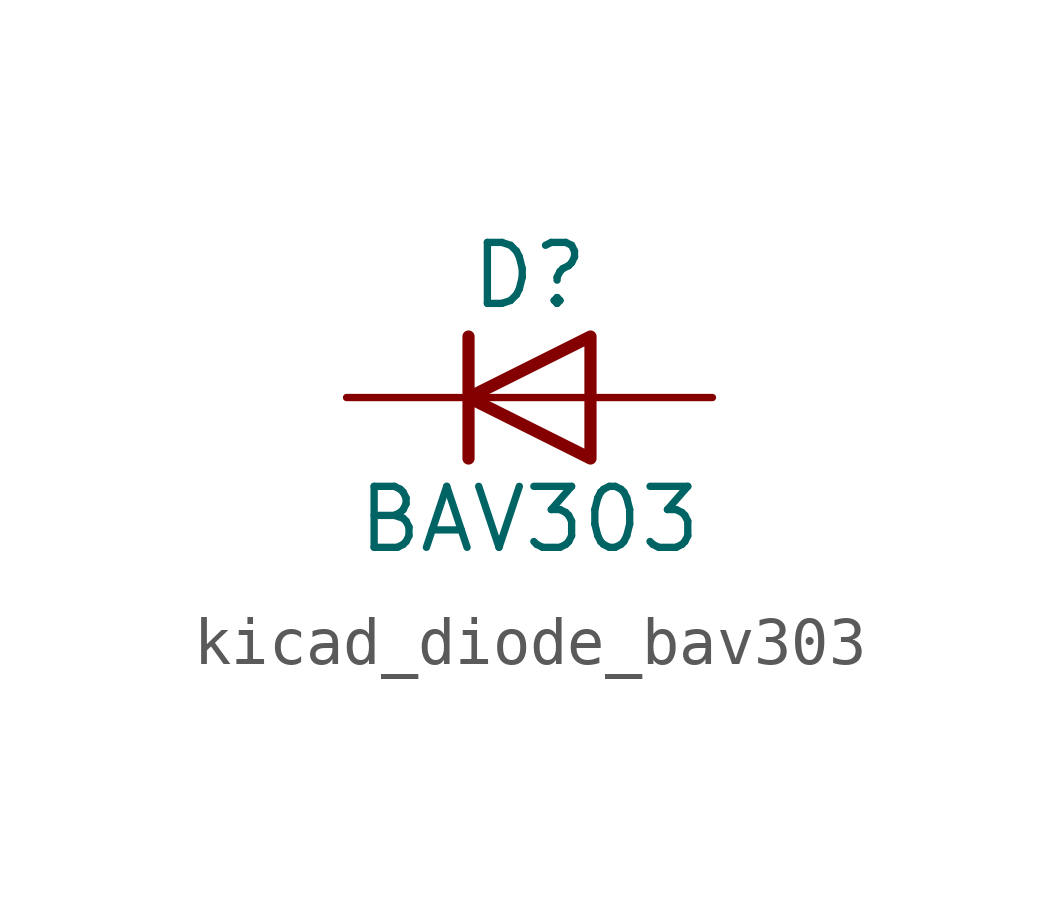
<source format=kicad_sym>
(kicad_symbol_lib
  (version 20220914)
  (generator kicad_symbol_editor)
  (symbol "kicad_diode_bav303"
    (pin_numbers hide)
    (pin_names hide)
    (property "Reference" "D"
      (at 0 2.54 0)
      (effects (font (size 1.27 1.27))))
    (property "Value" "BAV303"
      (at 0 -2.54 0)
      (effects (font (size 1.27 1.27))))
    (symbol "kicad_diode_bav303_0_1"
      (polyline (pts (xy -1.27 1.27) (xy -1.27 -1.27)) (stroke (width 0.254) (type default)) (fill (type none)))
      (polyline (pts (xy 1.27 0) (xy -1.27 0)) (stroke (width 0) (type default)) (fill (type none)))
      (polyline (pts (xy 1.27 1.27) (xy 1.27 -1.27) (xy -1.27 0) (xy 1.27 1.27)) (stroke (width 0.254) (type default)) (fill (type none))))
    (symbol "kicad_diode_bav303_1_1"
      (pin passive line (at -3.81 0 0) (length 2.54) (name "K" (effects (font (size 1.27 1.27)))) (number "1" (effects (font (size 1.27 1.27)))))
      (pin passive line (at 3.81 0 180) (length 2.54) (name "A" (effects (font (size 1.27 1.27)))) (number "2" (effects (font (size 1.27 1.27))))))))
</source>
